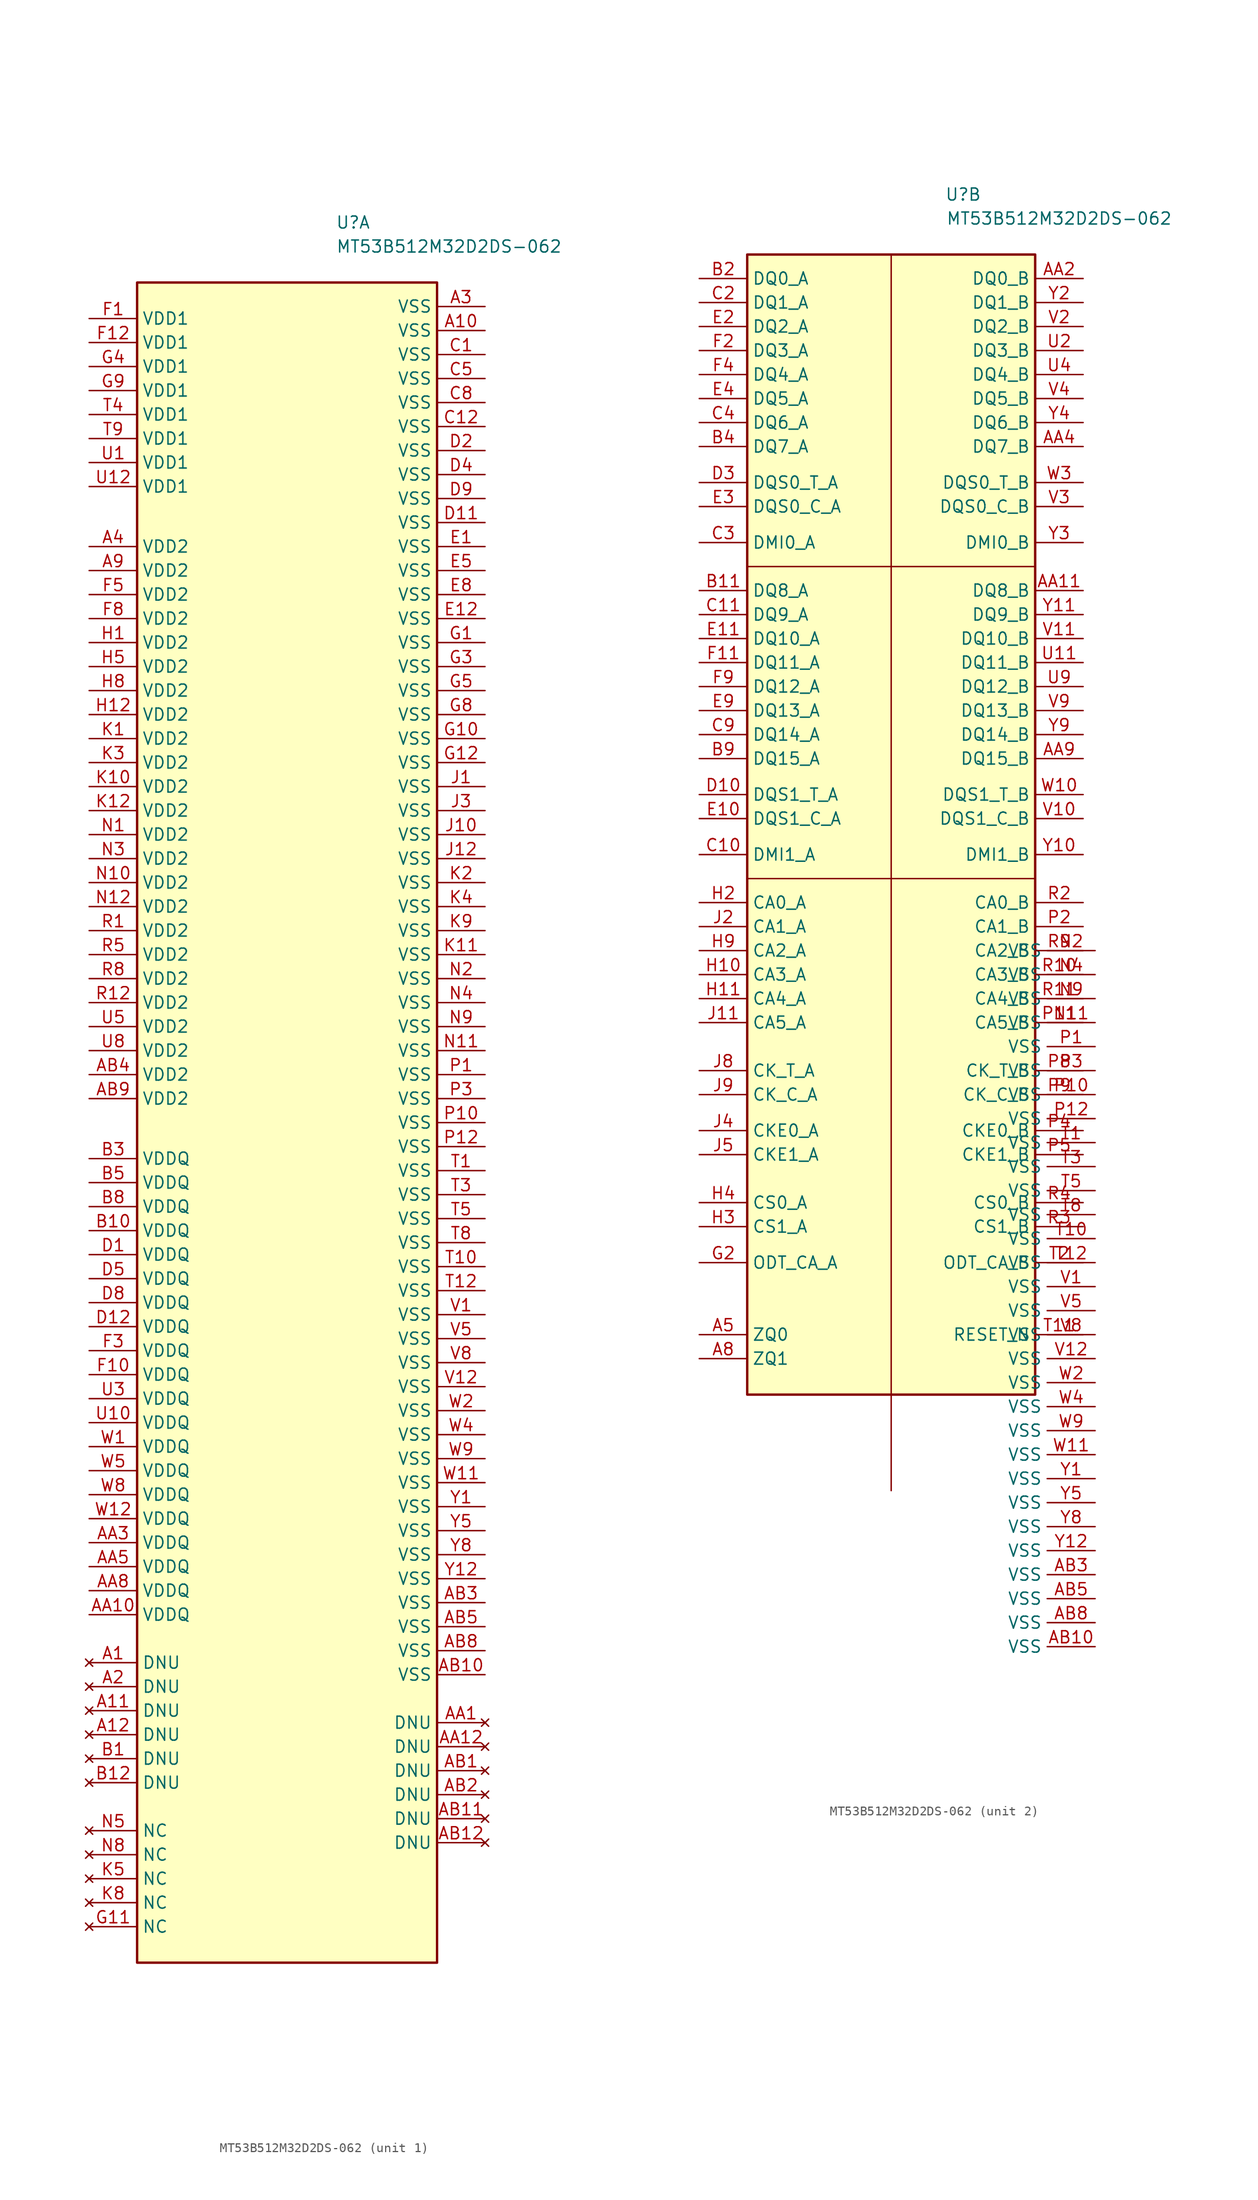
<source format=kicad_sym>
(kicad_symbol_lib
  (version 20211014)
  (generator kicad_symbol_editor)
  (symbol "MT53B512M32D2DS-062"
    (property "Reference" "U"
      (at 7.62 39.37 0)
      (effects (font (size 1.27 1.27))))
    (property "Value" "MT53B512M32D2DS-062"
      (at 17.78 36.83 0)
      (effects (font (size 1.27 1.27))))
    (property "ki_locked" ""
      (at 0 0 0)
      (effects (font (size 1.27 1.27))))
    (symbol "MT53B512M32D2DS-062_0_1"
      (pin power_in line (at 21.59 -114.3 180) (length 5.08) (name "VSS" (effects (font (size 1.27 1.27)))) (number "AB10" (effects (font (size 1.27 1.27)))))
      (pin passive line (at 21.59 -106.68 180) (length 5.08) (name "VSS" (effects (font (size 1.27 1.27)))) (number "AB3" (effects (font (size 1.27 1.27)))))
      (pin power_in line (at 21.59 -109.22 180) (length 5.08) (name "VSS" (effects (font (size 1.27 1.27)))) (number "AB5" (effects (font (size 1.27 1.27)))))
      (pin power_in line (at 21.59 -111.76 180) (length 5.08) (name "VSS" (effects (font (size 1.27 1.27)))) (number "AB8" (effects (font (size 1.27 1.27)))))
      (pin power_in line (at 21.59 -48.26 180) (length 5.08) (name "VSS" (effects (font (size 1.27 1.27)))) (number "N11" (effects (font (size 1.27 1.27)))))
      (pin power_in line (at 21.59 -40.64 180) (length 5.08) (name "VSS" (effects (font (size 1.27 1.27)))) (number "N2" (effects (font (size 1.27 1.27)))))
      (pin power_in line (at 21.59 -43.18 180) (length 5.08) (name "VSS" (effects (font (size 1.27 1.27)))) (number "N4" (effects (font (size 1.27 1.27)))))
      (pin power_in line (at 21.59 -45.72 180) (length 5.08) (name "VSS" (effects (font (size 1.27 1.27)))) (number "N9" (effects (font (size 1.27 1.27)))))
      (pin power_in line (at 21.59 -50.8 180) (length 5.08) (name "VSS" (effects (font (size 1.27 1.27)))) (number "P1" (effects (font (size 1.27 1.27)))))
      (pin power_in line (at 21.59 -55.88 180) (length 5.08) (name "VSS" (effects (font (size 1.27 1.27)))) (number "P10" (effects (font (size 1.27 1.27)))))
      (pin power_in line (at 21.59 -58.42 180) (length 5.08) (name "VSS" (effects (font (size 1.27 1.27)))) (number "P12" (effects (font (size 1.27 1.27)))))
      (pin power_in line (at 21.59 -53.34 180) (length 5.08) (name "VSS" (effects (font (size 1.27 1.27)))) (number "P3" (effects (font (size 1.27 1.27)))))
      (pin power_in line (at 21.59 -60.96 180) (length 5.08) (name "VSS" (effects (font (size 1.27 1.27)))) (number "T1" (effects (font (size 1.27 1.27)))))
      (pin power_in line (at 21.59 -71.12 180) (length 5.08) (name "VSS" (effects (font (size 1.27 1.27)))) (number "T10" (effects (font (size 1.27 1.27)))))
      (pin power_in line (at 21.59 -73.66 180) (length 5.08) (name "VSS" (effects (font (size 1.27 1.27)))) (number "T12" (effects (font (size 1.27 1.27)))))
      (pin power_in line (at 21.59 -63.5 180) (length 5.08) (name "VSS" (effects (font (size 1.27 1.27)))) (number "T3" (effects (font (size 1.27 1.27)))))
      (pin power_in line (at 21.59 -66.04 180) (length 5.08) (name "VSS" (effects (font (size 1.27 1.27)))) (number "T5" (effects (font (size 1.27 1.27)))))
      (pin power_in line (at 21.59 -68.58 180) (length 5.08) (name "VSS" (effects (font (size 1.27 1.27)))) (number "T8" (effects (font (size 1.27 1.27)))))
      (pin power_in line (at 21.59 -76.2 180) (length 5.08) (name "VSS" (effects (font (size 1.27 1.27)))) (number "V1" (effects (font (size 1.27 1.27)))))
      (pin power_in line (at 21.59 -83.82 180) (length 5.08) (name "VSS" (effects (font (size 1.27 1.27)))) (number "V12" (effects (font (size 1.27 1.27)))))
      (pin power_in line (at 21.59 -78.74 180) (length 5.08) (name "VSS" (effects (font (size 1.27 1.27)))) (number "V5" (effects (font (size 1.27 1.27)))))
      (pin power_in line (at 21.59 -81.28 180) (length 5.08) (name "VSS" (effects (font (size 1.27 1.27)))) (number "V8" (effects (font (size 1.27 1.27)))))
      (pin power_in line (at 21.59 -93.98 180) (length 5.08) (name "VSS" (effects (font (size 1.27 1.27)))) (number "W11" (effects (font (size 1.27 1.27)))))
      (pin power_in line (at 21.59 -86.36 180) (length 5.08) (name "VSS" (effects (font (size 1.27 1.27)))) (number "W2" (effects (font (size 1.27 1.27)))))
      (pin power_in line (at 21.59 -88.9 180) (length 5.08) (name "VSS" (effects (font (size 1.27 1.27)))) (number "W4" (effects (font (size 1.27 1.27)))))
      (pin power_in line (at 21.59 -91.44 180) (length 5.08) (name "VSS" (effects (font (size 1.27 1.27)))) (number "W9" (effects (font (size 1.27 1.27)))))
      (pin power_in line (at 21.59 -96.52 180) (length 5.08) (name "VSS" (effects (font (size 1.27 1.27)))) (number "Y1" (effects (font (size 1.27 1.27)))))
      (pin power_in line (at 21.59 -104.14 180) (length 5.08) (name "VSS" (effects (font (size 1.27 1.27)))) (number "Y12" (effects (font (size 1.27 1.27)))))
      (pin power_in line (at 21.59 -99.06 180) (length 5.08) (name "VSS" (effects (font (size 1.27 1.27)))) (number "Y5" (effects (font (size 1.27 1.27)))))
      (pin power_in line (at 21.59 -101.6 180) (length 5.08) (name "VSS" (effects (font (size 1.27 1.27)))) (number "Y8" (effects (font (size 1.27 1.27))))))
    (symbol "MT53B512M32D2DS-062_1_0"
      (rectangle (start -15.24 33.02) (end 16.51 -144.78) (stroke (width 0.254) (type default) (color 0 0 0 0)) (fill (type background))))
    (symbol "MT53B512M32D2DS-062_1_1"
      (pin no_connect line (at -20.32 -113.03 0) (length 5.08) (name "DNU" (effects (font (size 1.27 1.27)))) (number "A1" (effects (font (size 1.27 1.27)))))
      (pin power_in line (at 21.59 27.94 180) (length 5.08) (name "VSS" (effects (font (size 1.27 1.27)))) (number "A10" (effects (font (size 1.27 1.27)))))
      (pin no_connect line (at -20.32 -118.11 0) (length 5.08) (name "DNU" (effects (font (size 1.27 1.27)))) (number "A11" (effects (font (size 1.27 1.27)))))
      (pin no_connect line (at -20.32 -120.65 0) (length 5.08) (name "DNU" (effects (font (size 1.27 1.27)))) (number "A12" (effects (font (size 1.27 1.27)))))
      (pin no_connect line (at -20.32 -115.57 0) (length 5.08) (name "DNU" (effects (font (size 1.27 1.27)))) (number "A2" (effects (font (size 1.27 1.27)))))
      (pin power_in line (at 21.59 30.48 180) (length 5.08) (name "VSS" (effects (font (size 1.27 1.27)))) (number "A3" (effects (font (size 1.27 1.27)))))
      (pin power_in line (at -20.32 5.08 0) (length 5.08) (name "VDD2" (effects (font (size 1.27 1.27)))) (number "A4" (effects (font (size 1.27 1.27)))))
      (pin power_in line (at -20.32 2.54 0) (length 5.08) (name "VDD2" (effects (font (size 1.27 1.27)))) (number "A9" (effects (font (size 1.27 1.27)))))
      (pin no_connect line (at 21.59 -119.38 180) (length 5.08) (name "DNU" (effects (font (size 1.27 1.27)))) (number "AA1" (effects (font (size 1.27 1.27)))))
      (pin power_in line (at -20.32 -107.95 0) (length 5.08) (name "VDDQ" (effects (font (size 1.27 1.27)))) (number "AA10" (effects (font (size 1.27 1.27)))))
      (pin no_connect line (at 21.59 -121.92 180) (length 5.08) (name "DNU" (effects (font (size 1.27 1.27)))) (number "AA12" (effects (font (size 1.27 1.27)))))
      (pin power_in line (at -20.32 -100.33 0) (length 5.08) (name "VDDQ" (effects (font (size 1.27 1.27)))) (number "AA3" (effects (font (size 1.27 1.27)))))
      (pin power_in line (at -20.32 -102.87 0) (length 5.08) (name "VDDQ" (effects (font (size 1.27 1.27)))) (number "AA5" (effects (font (size 1.27 1.27)))))
      (pin power_in line (at -20.32 -105.41 0) (length 5.08) (name "VDDQ" (effects (font (size 1.27 1.27)))) (number "AA8" (effects (font (size 1.27 1.27)))))
      (pin no_connect line (at 21.59 -124.46 180) (length 5.08) (name "DNU" (effects (font (size 1.27 1.27)))) (number "AB1" (effects (font (size 1.27 1.27)))))
      (pin no_connect line (at 21.59 -129.54 180) (length 5.08) (name "DNU" (effects (font (size 1.27 1.27)))) (number "AB11" (effects (font (size 1.27 1.27)))))
      (pin no_connect line (at 21.59 -132.08 180) (length 5.08) (name "DNU" (effects (font (size 1.27 1.27)))) (number "AB12" (effects (font (size 1.27 1.27)))))
      (pin no_connect line (at 21.59 -127 180) (length 5.08) (name "DNU" (effects (font (size 1.27 1.27)))) (number "AB2" (effects (font (size 1.27 1.27)))))
      (pin power_in line (at -20.32 -50.8 0) (length 5.08) (name "VDD2" (effects (font (size 1.27 1.27)))) (number "AB4" (effects (font (size 1.27 1.27)))))
      (pin power_in line (at -20.32 -53.34 0) (length 5.08) (name "VDD2" (effects (font (size 1.27 1.27)))) (number "AB9" (effects (font (size 1.27 1.27)))))
      (pin no_connect line (at -20.32 -123.19 0) (length 5.08) (name "DNU" (effects (font (size 1.27 1.27)))) (number "B1" (effects (font (size 1.27 1.27)))))
      (pin power_in line (at -20.32 -67.31 0) (length 5.08) (name "VDDQ" (effects (font (size 1.27 1.27)))) (number "B10" (effects (font (size 1.27 1.27)))))
      (pin no_connect line (at -20.32 -125.73 0) (length 5.08) (name "DNU" (effects (font (size 1.27 1.27)))) (number "B12" (effects (font (size 1.27 1.27)))))
      (pin power_in line (at -20.32 -59.69 0) (length 5.08) (name "VDDQ" (effects (font (size 1.27 1.27)))) (number "B3" (effects (font (size 1.27 1.27)))))
      (pin power_in line (at -20.32 -62.23 0) (length 5.08) (name "VDDQ" (effects (font (size 1.27 1.27)))) (number "B5" (effects (font (size 1.27 1.27)))))
      (pin power_in line (at -20.32 -64.77 0) (length 5.08) (name "VDDQ" (effects (font (size 1.27 1.27)))) (number "B8" (effects (font (size 1.27 1.27)))))
      (pin power_in line (at 21.59 25.4 180) (length 5.08) (name "VSS" (effects (font (size 1.27 1.27)))) (number "C1" (effects (font (size 1.27 1.27)))))
      (pin power_in line (at 21.59 17.78 180) (length 5.08) (name "VSS" (effects (font (size 1.27 1.27)))) (number "C12" (effects (font (size 1.27 1.27)))))
      (pin power_in line (at 21.59 22.86 180) (length 5.08) (name "VSS" (effects (font (size 1.27 1.27)))) (number "C5" (effects (font (size 1.27 1.27)))))
      (pin power_in line (at 21.59 20.32 180) (length 5.08) (name "VSS" (effects (font (size 1.27 1.27)))) (number "C8" (effects (font (size 1.27 1.27)))))
      (pin power_in line (at -20.32 -69.85 0) (length 5.08) (name "VDDQ" (effects (font (size 1.27 1.27)))) (number "D1" (effects (font (size 1.27 1.27)))))
      (pin power_in line (at 21.59 7.62 180) (length 5.08) (name "VSS" (effects (font (size 1.27 1.27)))) (number "D11" (effects (font (size 1.27 1.27)))))
      (pin power_in line (at -20.32 -77.47 0) (length 5.08) (name "VDDQ" (effects (font (size 1.27 1.27)))) (number "D12" (effects (font (size 1.27 1.27)))))
      (pin power_in line (at 21.59 15.24 180) (length 5.08) (name "VSS" (effects (font (size 1.27 1.27)))) (number "D2" (effects (font (size 1.27 1.27)))))
      (pin power_in line (at 21.59 12.7 180) (length 5.08) (name "VSS" (effects (font (size 1.27 1.27)))) (number "D4" (effects (font (size 1.27 1.27)))))
      (pin power_in line (at -20.32 -72.39 0) (length 5.08) (name "VDDQ" (effects (font (size 1.27 1.27)))) (number "D5" (effects (font (size 1.27 1.27)))))
      (pin power_in line (at -20.32 -74.93 0) (length 5.08) (name "VDDQ" (effects (font (size 1.27 1.27)))) (number "D8" (effects (font (size 1.27 1.27)))))
      (pin power_in line (at 21.59 10.16 180) (length 5.08) (name "VSS" (effects (font (size 1.27 1.27)))) (number "D9" (effects (font (size 1.27 1.27)))))
      (pin power_in line (at 21.59 5.08 180) (length 5.08) (name "VSS" (effects (font (size 1.27 1.27)))) (number "E1" (effects (font (size 1.27 1.27)))))
      (pin power_in line (at 21.59 -2.54 180) (length 5.08) (name "VSS" (effects (font (size 1.27 1.27)))) (number "E12" (effects (font (size 1.27 1.27)))))
      (pin power_in line (at 21.59 2.54 180) (length 5.08) (name "VSS" (effects (font (size 1.27 1.27)))) (number "E5" (effects (font (size 1.27 1.27)))))
      (pin power_in line (at 21.59 0 180) (length 5.08) (name "VSS" (effects (font (size 1.27 1.27)))) (number "E8" (effects (font (size 1.27 1.27)))))
      (pin power_in line (at -20.32 29.21 0) (length 5.08) (name "VDD1" (effects (font (size 1.27 1.27)))) (number "F1" (effects (font (size 1.27 1.27)))))
      (pin power_in line (at -20.32 -82.55 0) (length 5.08) (name "VDDQ" (effects (font (size 1.27 1.27)))) (number "F10" (effects (font (size 1.27 1.27)))))
      (pin power_in line (at -20.32 26.67 0) (length 5.08) (name "VDD1" (effects (font (size 1.27 1.27)))) (number "F12" (effects (font (size 1.27 1.27)))))
      (pin power_in line (at -20.32 -80.01 0) (length 5.08) (name "VDDQ" (effects (font (size 1.27 1.27)))) (number "F3" (effects (font (size 1.27 1.27)))))
      (pin power_in line (at -20.32 0 0) (length 5.08) (name "VDD2" (effects (font (size 1.27 1.27)))) (number "F5" (effects (font (size 1.27 1.27)))))
      (pin power_in line (at -20.32 -2.54 0) (length 5.08) (name "VDD2" (effects (font (size 1.27 1.27)))) (number "F8" (effects (font (size 1.27 1.27)))))
      (pin power_in line (at 21.59 -5.08 180) (length 5.08) (name "VSS" (effects (font (size 1.27 1.27)))) (number "G1" (effects (font (size 1.27 1.27)))))
      (pin power_in line (at 21.59 -15.24 180) (length 5.08) (name "VSS" (effects (font (size 1.27 1.27)))) (number "G10" (effects (font (size 1.27 1.27)))))
      (pin no_connect line (at -20.32 -140.97 0) (length 5.08) (name "NC" (effects (font (size 1.27 1.27)))) (number "G11" (effects (font (size 1.27 1.27)))))
      (pin power_in line (at 21.59 -17.78 180) (length 5.08) (name "VSS" (effects (font (size 1.27 1.27)))) (number "G12" (effects (font (size 1.27 1.27)))))
      (pin power_in line (at 21.59 -7.62 180) (length 5.08) (name "VSS" (effects (font (size 1.27 1.27)))) (number "G3" (effects (font (size 1.27 1.27)))))
      (pin power_in line (at -20.32 24.13 0) (length 5.08) (name "VDD1" (effects (font (size 1.27 1.27)))) (number "G4" (effects (font (size 1.27 1.27)))))
      (pin power_in line (at 21.59 -10.16 180) (length 5.08) (name "VSS" (effects (font (size 1.27 1.27)))) (number "G5" (effects (font (size 1.27 1.27)))))
      (pin power_in line (at 21.59 -12.7 180) (length 5.08) (name "VSS" (effects (font (size 1.27 1.27)))) (number "G8" (effects (font (size 1.27 1.27)))))
      (pin power_in line (at -20.32 21.59 0) (length 5.08) (name "VDD1" (effects (font (size 1.27 1.27)))) (number "G9" (effects (font (size 1.27 1.27)))))
      (pin power_in line (at -20.32 -5.08 0) (length 5.08) (name "VDD2" (effects (font (size 1.27 1.27)))) (number "H1" (effects (font (size 1.27 1.27)))))
      (pin power_in line (at -20.32 -12.7 0) (length 5.08) (name "VDD2" (effects (font (size 1.27 1.27)))) (number "H12" (effects (font (size 1.27 1.27)))))
      (pin power_in line (at -20.32 -7.62 0) (length 5.08) (name "VDD2" (effects (font (size 1.27 1.27)))) (number "H5" (effects (font (size 1.27 1.27)))))
      (pin power_in line (at -20.32 -10.16 0) (length 5.08) (name "VDD2" (effects (font (size 1.27 1.27)))) (number "H8" (effects (font (size 1.27 1.27)))))
      (pin power_in line (at 21.59 -20.32 180) (length 5.08) (name "VSS" (effects (font (size 1.27 1.27)))) (number "J1" (effects (font (size 1.27 1.27)))))
      (pin power_in line (at 21.59 -25.4 180) (length 5.08) (name "VSS" (effects (font (size 1.27 1.27)))) (number "J10" (effects (font (size 1.27 1.27)))))
      (pin power_in line (at 21.59 -27.94 180) (length 5.08) (name "VSS" (effects (font (size 1.27 1.27)))) (number "J12" (effects (font (size 1.27 1.27)))))
      (pin power_in line (at 21.59 -22.86 180) (length 5.08) (name "VSS" (effects (font (size 1.27 1.27)))) (number "J3" (effects (font (size 1.27 1.27)))))
      (pin power_in line (at -20.32 -15.24 0) (length 5.08) (name "VDD2" (effects (font (size 1.27 1.27)))) (number "K1" (effects (font (size 1.27 1.27)))))
      (pin power_in line (at -20.32 -20.32 0) (length 5.08) (name "VDD2" (effects (font (size 1.27 1.27)))) (number "K10" (effects (font (size 1.27 1.27)))))
      (pin power_in line (at 21.59 -38.1 180) (length 5.08) (name "VSS" (effects (font (size 1.27 1.27)))) (number "K11" (effects (font (size 1.27 1.27)))))
      (pin power_in line (at -20.32 -22.86 0) (length 5.08) (name "VDD2" (effects (font (size 1.27 1.27)))) (number "K12" (effects (font (size 1.27 1.27)))))
      (pin power_in line (at 21.59 -30.48 180) (length 5.08) (name "VSS" (effects (font (size 1.27 1.27)))) (number "K2" (effects (font (size 1.27 1.27)))))
      (pin power_in line (at -20.32 -17.78 0) (length 5.08) (name "VDD2" (effects (font (size 1.27 1.27)))) (number "K3" (effects (font (size 1.27 1.27)))))
      (pin power_in line (at 21.59 -33.02 180) (length 5.08) (name "VSS" (effects (font (size 1.27 1.27)))) (number "K4" (effects (font (size 1.27 1.27)))))
      (pin no_connect line (at -20.32 -135.89 0) (length 5.08) (name "NC" (effects (font (size 1.27 1.27)))) (number "K5" (effects (font (size 1.27 1.27)))))
      (pin no_connect line (at -20.32 -138.43 0) (length 5.08) (name "NC" (effects (font (size 1.27 1.27)))) (number "K8" (effects (font (size 1.27 1.27)))))
      (pin power_in line (at 21.59 -35.56 180) (length 5.08) (name "VSS" (effects (font (size 1.27 1.27)))) (number "K9" (effects (font (size 1.27 1.27)))))
      (pin power_in line (at -20.32 -25.4 0) (length 5.08) (name "VDD2" (effects (font (size 1.27 1.27)))) (number "N1" (effects (font (size 1.27 1.27)))))
      (pin power_in line (at -20.32 -30.48 0) (length 5.08) (name "VDD2" (effects (font (size 1.27 1.27)))) (number "N10" (effects (font (size 1.27 1.27)))))
      (pin power_in line (at -20.32 -33.02 0) (length 5.08) (name "VDD2" (effects (font (size 1.27 1.27)))) (number "N12" (effects (font (size 1.27 1.27)))))
      (pin power_in line (at -20.32 -27.94 0) (length 5.08) (name "VDD2" (effects (font (size 1.27 1.27)))) (number "N3" (effects (font (size 1.27 1.27)))))
      (pin no_connect line (at -20.32 -130.81 0) (length 5.08) (name "NC" (effects (font (size 1.27 1.27)))) (number "N5" (effects (font (size 1.27 1.27)))))
      (pin no_connect line (at -20.32 -133.35 0) (length 5.08) (name "NC" (effects (font (size 1.27 1.27)))) (number "N8" (effects (font (size 1.27 1.27)))))
      (pin power_in line (at -20.32 -35.56 0) (length 5.08) (name "VDD2" (effects (font (size 1.27 1.27)))) (number "R1" (effects (font (size 1.27 1.27)))))
      (pin power_in line (at -20.32 -43.18 0) (length 5.08) (name "VDD2" (effects (font (size 1.27 1.27)))) (number "R12" (effects (font (size 1.27 1.27)))))
      (pin power_in line (at -20.32 -38.1 0) (length 5.08) (name "VDD2" (effects (font (size 1.27 1.27)))) (number "R5" (effects (font (size 1.27 1.27)))))
      (pin power_in line (at -20.32 -40.64 0) (length 5.08) (name "VDD2" (effects (font (size 1.27 1.27)))) (number "R8" (effects (font (size 1.27 1.27)))))
      (pin power_in line (at -20.32 19.05 0) (length 5.08) (name "VDD1" (effects (font (size 1.27 1.27)))) (number "T4" (effects (font (size 1.27 1.27)))))
      (pin power_in line (at -20.32 16.51 0) (length 5.08) (name "VDD1" (effects (font (size 1.27 1.27)))) (number "T9" (effects (font (size 1.27 1.27)))))
      (pin power_in line (at -20.32 13.97 0) (length 5.08) (name "VDD1" (effects (font (size 1.27 1.27)))) (number "U1" (effects (font (size 1.27 1.27)))))
      (pin power_in line (at -20.32 -87.63 0) (length 5.08) (name "VDDQ" (effects (font (size 1.27 1.27)))) (number "U10" (effects (font (size 1.27 1.27)))))
      (pin power_in line (at -20.32 11.43 0) (length 5.08) (name "VDD1" (effects (font (size 1.27 1.27)))) (number "U12" (effects (font (size 1.27 1.27)))))
      (pin power_in line (at -20.32 -85.09 0) (length 5.08) (name "VDDQ" (effects (font (size 1.27 1.27)))) (number "U3" (effects (font (size 1.27 1.27)))))
      (pin power_in line (at -20.32 -45.72 0) (length 5.08) (name "VDD2" (effects (font (size 1.27 1.27)))) (number "U5" (effects (font (size 1.27 1.27)))))
      (pin power_in line (at -20.32 -48.26 0) (length 5.08) (name "VDD2" (effects (font (size 1.27 1.27)))) (number "U8" (effects (font (size 1.27 1.27)))))
      (pin power_in line (at -20.32 -90.17 0) (length 5.08) (name "VDDQ" (effects (font (size 1.27 1.27)))) (number "W1" (effects (font (size 1.27 1.27)))))
      (pin power_in line (at -20.32 -97.79 0) (length 5.08) (name "VDDQ" (effects (font (size 1.27 1.27)))) (number "W12" (effects (font (size 1.27 1.27)))))
      (pin power_in line (at -20.32 -92.71 0) (length 5.08) (name "VDDQ" (effects (font (size 1.27 1.27)))) (number "W5" (effects (font (size 1.27 1.27)))))
      (pin power_in line (at -20.32 -95.25 0) (length 5.08) (name "VDDQ" (effects (font (size 1.27 1.27)))) (number "W8" (effects (font (size 1.27 1.27))))))
    (symbol "MT53B512M32D2DS-062_2_0"
      (rectangle (start -15.24 33.02) (end 15.24 -87.63) (stroke (width 0.254) (type default) (color 0 0 0 0)) (fill (type background))))
    (symbol "MT53B512M32D2DS-062_2_1"
      (polyline (pts (xy 0 33.02) (xy 0 -97.79)) (stroke (width 0) (type default) (color 0 0 0 0)) (fill (type none)))
      (polyline (pts (xy 15.24 -33.02) (xy -15.24 -33.02)) (stroke (width 0) (type default) (color 0 0 0 0)) (fill (type none)))
      (polyline (pts (xy 15.24 0) (xy -15.24 0)) (stroke (width 0) (type default) (color 0 0 0 0)) (fill (type none)))
      (pin input line (at -20.32 -81.28 0) (length 5.08) (name "ZQ0" (effects (font (size 1.27 1.27)))) (number "A5" (effects (font (size 1.27 1.27)))))
      (pin input line (at -20.32 -83.82 0) (length 5.08) (name "ZQ1" (effects (font (size 1.27 1.27)))) (number "A8" (effects (font (size 1.27 1.27)))))
      (pin bidirectional line (at 20.32 -2.54 180) (length 5.08) (name "DQ8_B" (effects (font (size 1.27 1.27)))) (number "AA11" (effects (font (size 1.27 1.27)))))
      (pin bidirectional line (at 20.32 30.48 180) (length 5.08) (name "DQ0_B" (effects (font (size 1.27 1.27)))) (number "AA2" (effects (font (size 1.27 1.27)))))
      (pin bidirectional line (at 20.32 12.7 180) (length 5.08) (name "DQ7_B" (effects (font (size 1.27 1.27)))) (number "AA4" (effects (font (size 1.27 1.27)))))
      (pin bidirectional line (at 20.32 -20.32 180) (length 5.08) (name "DQ15_B" (effects (font (size 1.27 1.27)))) (number "AA9" (effects (font (size 1.27 1.27)))))
      (pin bidirectional line (at -20.32 -2.54 0) (length 5.08) (name "DQ8_A" (effects (font (size 1.27 1.27)))) (number "B11" (effects (font (size 1.27 1.27)))))
      (pin bidirectional line (at -20.32 30.48 0) (length 5.08) (name "DQ0_A" (effects (font (size 1.27 1.27)))) (number "B2" (effects (font (size 1.27 1.27)))))
      (pin bidirectional line (at -20.32 12.7 0) (length 5.08) (name "DQ7_A" (effects (font (size 1.27 1.27)))) (number "B4" (effects (font (size 1.27 1.27)))))
      (pin bidirectional line (at -20.32 -20.32 0) (length 5.08) (name "DQ15_A" (effects (font (size 1.27 1.27)))) (number "B9" (effects (font (size 1.27 1.27)))))
      (pin bidirectional line (at -20.32 -30.48 0) (length 5.08) (name "DMI1_A" (effects (font (size 1.27 1.27)))) (number "C10" (effects (font (size 1.27 1.27)))))
      (pin bidirectional line (at -20.32 -5.08 0) (length 5.08) (name "DQ9_A" (effects (font (size 1.27 1.27)))) (number "C11" (effects (font (size 1.27 1.27)))))
      (pin bidirectional line (at -20.32 27.94 0) (length 5.08) (name "DQ1_A" (effects (font (size 1.27 1.27)))) (number "C2" (effects (font (size 1.27 1.27)))))
      (pin bidirectional line (at -20.32 2.54 0) (length 5.08) (name "DMI0_A" (effects (font (size 1.27 1.27)))) (number "C3" (effects (font (size 1.27 1.27)))))
      (pin bidirectional line (at -20.32 15.24 0) (length 5.08) (name "DQ6_A" (effects (font (size 1.27 1.27)))) (number "C4" (effects (font (size 1.27 1.27)))))
      (pin bidirectional line (at -20.32 -17.78 0) (length 5.08) (name "DQ14_A" (effects (font (size 1.27 1.27)))) (number "C9" (effects (font (size 1.27 1.27)))))
      (pin bidirectional line (at -20.32 -24.13 0) (length 5.08) (name "DQS1_T_A" (effects (font (size 1.27 1.27)))) (number "D10" (effects (font (size 1.27 1.27)))))
      (pin bidirectional line (at -20.32 8.89 0) (length 5.08) (name "DQS0_T_A" (effects (font (size 1.27 1.27)))) (number "D3" (effects (font (size 1.27 1.27)))))
      (pin bidirectional line (at -20.32 -26.67 0) (length 5.08) (name "DQS1_C_A" (effects (font (size 1.27 1.27)))) (number "E10" (effects (font (size 1.27 1.27)))))
      (pin bidirectional line (at -20.32 -7.62 0) (length 5.08) (name "DQ10_A" (effects (font (size 1.27 1.27)))) (number "E11" (effects (font (size 1.27 1.27)))))
      (pin bidirectional line (at -20.32 25.4 0) (length 5.08) (name "DQ2_A" (effects (font (size 1.27 1.27)))) (number "E2" (effects (font (size 1.27 1.27)))))
      (pin bidirectional line (at -20.32 6.35 0) (length 5.08) (name "DQS0_C_A" (effects (font (size 1.27 1.27)))) (number "E3" (effects (font (size 1.27 1.27)))))
      (pin bidirectional line (at -20.32 17.78 0) (length 5.08) (name "DQ5_A" (effects (font (size 1.27 1.27)))) (number "E4" (effects (font (size 1.27 1.27)))))
      (pin bidirectional line (at -20.32 -15.24 0) (length 5.08) (name "DQ13_A" (effects (font (size 1.27 1.27)))) (number "E9" (effects (font (size 1.27 1.27)))))
      (pin bidirectional line (at -20.32 -10.16 0) (length 5.08) (name "DQ11_A" (effects (font (size 1.27 1.27)))) (number "F11" (effects (font (size 1.27 1.27)))))
      (pin bidirectional line (at -20.32 22.86 0) (length 5.08) (name "DQ3_A" (effects (font (size 1.27 1.27)))) (number "F2" (effects (font (size 1.27 1.27)))))
      (pin bidirectional line (at -20.32 20.32 0) (length 5.08) (name "DQ4_A" (effects (font (size 1.27 1.27)))) (number "F4" (effects (font (size 1.27 1.27)))))
      (pin bidirectional line (at -20.32 -12.7 0) (length 5.08) (name "DQ12_A" (effects (font (size 1.27 1.27)))) (number "F9" (effects (font (size 1.27 1.27)))))
      (pin input line (at -20.32 -73.66 0) (length 5.08) (name "ODT_CA_A" (effects (font (size 1.27 1.27)))) (number "G2" (effects (font (size 1.27 1.27)))))
      (pin input line (at -20.32 -43.18 0) (length 5.08) (name "CA3_A" (effects (font (size 1.27 1.27)))) (number "H10" (effects (font (size 1.27 1.27)))))
      (pin input line (at -20.32 -45.72 0) (length 5.08) (name "CA4_A" (effects (font (size 1.27 1.27)))) (number "H11" (effects (font (size 1.27 1.27)))))
      (pin input line (at -20.32 -35.56 0) (length 5.08) (name "CA0_A" (effects (font (size 1.27 1.27)))) (number "H2" (effects (font (size 1.27 1.27)))))
      (pin input line (at -20.32 -69.85 0) (length 5.08) (name "CS1_A" (effects (font (size 1.27 1.27)))) (number "H3" (effects (font (size 1.27 1.27)))))
      (pin input line (at -20.32 -67.31 0) (length 5.08) (name "CS0_A" (effects (font (size 1.27 1.27)))) (number "H4" (effects (font (size 1.27 1.27)))))
      (pin input line (at -20.32 -40.64 0) (length 5.08) (name "CA2_A" (effects (font (size 1.27 1.27)))) (number "H9" (effects (font (size 1.27 1.27)))))
      (pin input line (at -20.32 -48.26 0) (length 5.08) (name "CA5_A" (effects (font (size 1.27 1.27)))) (number "J11" (effects (font (size 1.27 1.27)))))
      (pin input line (at -20.32 -38.1 0) (length 5.08) (name "CA1_A" (effects (font (size 1.27 1.27)))) (number "J2" (effects (font (size 1.27 1.27)))))
      (pin input line (at -20.32 -59.69 0) (length 5.08) (name "CKE0_A" (effects (font (size 1.27 1.27)))) (number "J4" (effects (font (size 1.27 1.27)))))
      (pin input line (at -20.32 -62.23 0) (length 5.08) (name "CKE1_A" (effects (font (size 1.27 1.27)))) (number "J5" (effects (font (size 1.27 1.27)))))
      (pin input line (at -20.32 -53.34 0) (length 5.08) (name "CK_T_A" (effects (font (size 1.27 1.27)))) (number "J8" (effects (font (size 1.27 1.27)))))
      (pin input line (at -20.32 -55.88 0) (length 5.08) (name "CK_C_A" (effects (font (size 1.27 1.27)))) (number "J9" (effects (font (size 1.27 1.27)))))
      (pin input line (at 20.32 -48.26 180) (length 5.08) (name "CA5_B" (effects (font (size 1.27 1.27)))) (number "P11" (effects (font (size 1.27 1.27)))))
      (pin input line (at 20.32 -38.1 180) (length 5.08) (name "CA1_B" (effects (font (size 1.27 1.27)))) (number "P2" (effects (font (size 1.27 1.27)))))
      (pin input line (at 20.32 -59.69 180) (length 5.08) (name "CKE0_B" (effects (font (size 1.27 1.27)))) (number "P4" (effects (font (size 1.27 1.27)))))
      (pin input line (at 20.32 -62.23 180) (length 5.08) (name "CKE1_B" (effects (font (size 1.27 1.27)))) (number "P5" (effects (font (size 1.27 1.27)))))
      (pin input line (at 20.32 -53.34 180) (length 5.08) (name "CK_T_B" (effects (font (size 1.27 1.27)))) (number "P8" (effects (font (size 1.27 1.27)))))
      (pin input line (at 20.32 -55.88 180) (length 5.08) (name "CK_C_B" (effects (font (size 1.27 1.27)))) (number "P9" (effects (font (size 1.27 1.27)))))
      (pin input line (at 20.32 -43.18 180) (length 5.08) (name "CA3_B" (effects (font (size 1.27 1.27)))) (number "R10" (effects (font (size 1.27 1.27)))))
      (pin input line (at 20.32 -45.72 180) (length 5.08) (name "CA4_B" (effects (font (size 1.27 1.27)))) (number "R11" (effects (font (size 1.27 1.27)))))
      (pin input line (at 20.32 -35.56 180) (length 5.08) (name "CA0_B" (effects (font (size 1.27 1.27)))) (number "R2" (effects (font (size 1.27 1.27)))))
      (pin input line (at 20.32 -69.85 180) (length 5.08) (name "CS1_B" (effects (font (size 1.27 1.27)))) (number "R3" (effects (font (size 1.27 1.27)))))
      (pin input line (at 20.32 -67.31 180) (length 5.08) (name "CS0_B" (effects (font (size 1.27 1.27)))) (number "R4" (effects (font (size 1.27 1.27)))))
      (pin input line (at 20.32 -40.64 180) (length 5.08) (name "CA2_B" (effects (font (size 1.27 1.27)))) (number "R9" (effects (font (size 1.27 1.27)))))
      (pin input line (at 20.32 -81.28 180) (length 5.08) (name "RESET_N" (effects (font (size 1.27 1.27)))) (number "T11" (effects (font (size 1.27 1.27)))))
      (pin input line (at 20.32 -73.66 180) (length 5.08) (name "ODT_CA_B" (effects (font (size 1.27 1.27)))) (number "T2" (effects (font (size 1.27 1.27)))))
      (pin bidirectional line (at 20.32 -10.16 180) (length 5.08) (name "DQ11_B" (effects (font (size 1.27 1.27)))) (number "U11" (effects (font (size 1.27 1.27)))))
      (pin bidirectional line (at 20.32 22.86 180) (length 5.08) (name "DQ3_B" (effects (font (size 1.27 1.27)))) (number "U2" (effects (font (size 1.27 1.27)))))
      (pin bidirectional line (at 20.32 20.32 180) (length 5.08) (name "DQ4_B" (effects (font (size 1.27 1.27)))) (number "U4" (effects (font (size 1.27 1.27)))))
      (pin bidirectional line (at 20.32 -12.7 180) (length 5.08) (name "DQ12_B" (effects (font (size 1.27 1.27)))) (number "U9" (effects (font (size 1.27 1.27)))))
      (pin bidirectional line (at 20.32 -26.67 180) (length 5.08) (name "DQS1_C_B" (effects (font (size 1.27 1.27)))) (number "V10" (effects (font (size 1.27 1.27)))))
      (pin bidirectional line (at 20.32 -7.62 180) (length 5.08) (name "DQ10_B" (effects (font (size 1.27 1.27)))) (number "V11" (effects (font (size 1.27 1.27)))))
      (pin bidirectional line (at 20.32 25.4 180) (length 5.08) (name "DQ2_B" (effects (font (size 1.27 1.27)))) (number "V2" (effects (font (size 1.27 1.27)))))
      (pin bidirectional line (at 20.32 6.35 180) (length 5.08) (name "DQS0_C_B" (effects (font (size 1.27 1.27)))) (number "V3" (effects (font (size 1.27 1.27)))))
      (pin bidirectional line (at 20.32 17.78 180) (length 5.08) (name "DQ5_B" (effects (font (size 1.27 1.27)))) (number "V4" (effects (font (size 1.27 1.27)))))
      (pin bidirectional line (at 20.32 -15.24 180) (length 5.08) (name "DQ13_B" (effects (font (size 1.27 1.27)))) (number "V9" (effects (font (size 1.27 1.27)))))
      (pin bidirectional line (at 20.32 -24.13 180) (length 5.08) (name "DQS1_T_B" (effects (font (size 1.27 1.27)))) (number "W10" (effects (font (size 1.27 1.27)))))
      (pin bidirectional line (at 20.32 8.89 180) (length 5.08) (name "DQS0_T_B" (effects (font (size 1.27 1.27)))) (number "W3" (effects (font (size 1.27 1.27)))))
      (pin bidirectional line (at 20.32 -30.48 180) (length 5.08) (name "DMI1_B" (effects (font (size 1.27 1.27)))) (number "Y10" (effects (font (size 1.27 1.27)))))
      (pin bidirectional line (at 20.32 -5.08 180) (length 5.08) (name "DQ9_B" (effects (font (size 1.27 1.27)))) (number "Y11" (effects (font (size 1.27 1.27)))))
      (pin bidirectional line (at 20.32 27.94 180) (length 5.08) (name "DQ1_B" (effects (font (size 1.27 1.27)))) (number "Y2" (effects (font (size 1.27 1.27)))))
      (pin bidirectional line (at 20.32 2.54 180) (length 5.08) (name "DMI0_B" (effects (font (size 1.27 1.27)))) (number "Y3" (effects (font (size 1.27 1.27)))))
      (pin bidirectional line (at 20.32 15.24 180) (length 5.08) (name "DQ6_B" (effects (font (size 1.27 1.27)))) (number "Y4" (effects (font (size 1.27 1.27)))))
      (pin bidirectional line (at 20.32 -17.78 180) (length 5.08) (name "DQ14_B" (effects (font (size 1.27 1.27)))) (number "Y9" (effects (font (size 1.27 1.27))))))))
</source>
